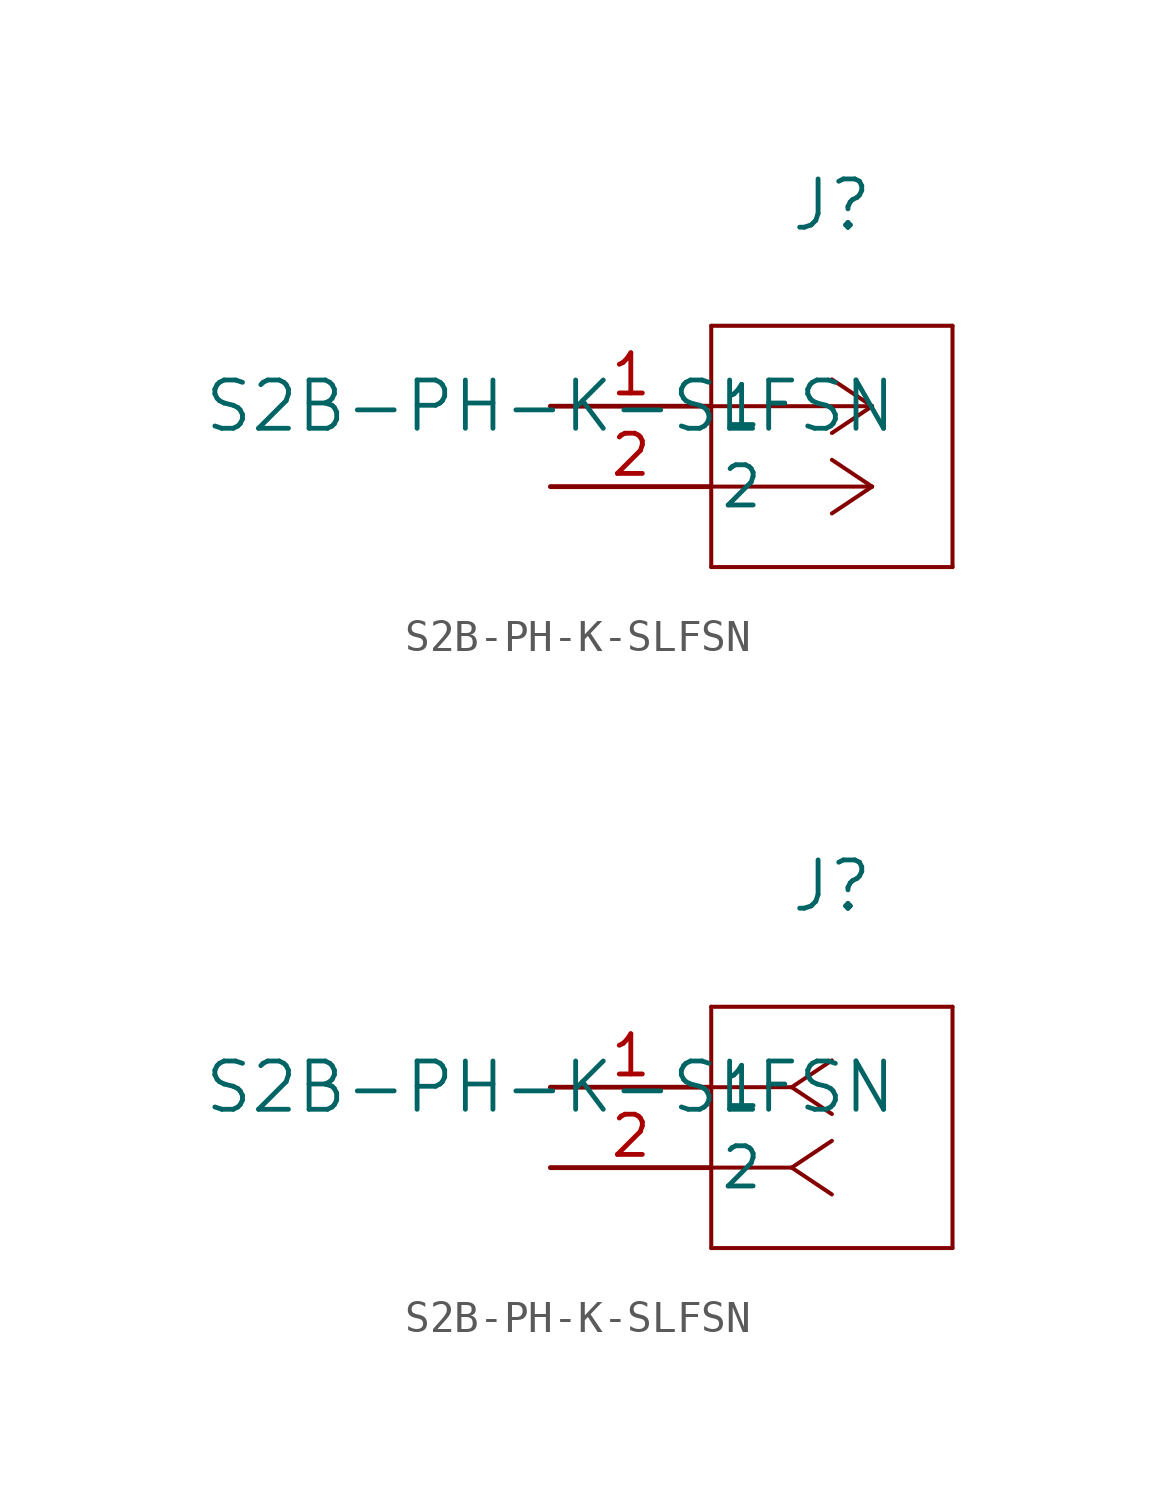
<source format=kicad_sym>
(kicad_symbol_lib
  (version 20211014)
  (generator kicad_symbol_editor)
  (symbol "S2B-PH-K-SLFSN"
    (pin_names
      (offset 0.254))
    (property "Reference" "J"
      (at 8.89 6.35 0)
      (effects (font (size 1.524 1.524))))
    (property "Value" "S2B-PH-K-SLFSN"
      (at 0 0 0)
      (effects (font (size 1.524 1.524))))
    (symbol "S2B-PH-K-SLFSN_1_1"
      (polyline (pts (xy 10.16 0) (xy 5.08 0)) (stroke (width 0.127) (type default) (color 0 0 0 0)) (fill (type none)))
      (polyline (pts (xy 10.16 -2.54) (xy 5.08 -2.54)) (stroke (width 0.127) (type default) (color 0 0 0 0)) (fill (type none)))
      (polyline (pts (xy 10.16 0) (xy 8.89 0.847)) (stroke (width 0.127) (type default) (color 0 0 0 0)) (fill (type none)))
      (polyline (pts (xy 10.16 -2.54) (xy 8.89 -1.693)) (stroke (width 0.127) (type default) (color 0 0 0 0)) (fill (type none)))
      (polyline (pts (xy 10.16 0) (xy 8.89 -0.847)) (stroke (width 0.127) (type default) (color 0 0 0 0)) (fill (type none)))
      (polyline (pts (xy 10.16 -2.54) (xy 8.89 -3.387)) (stroke (width 0.127) (type default) (color 0 0 0 0)) (fill (type none)))
      (polyline (pts (xy 5.08 2.54) (xy 5.08 -5.08)) (stroke (width 0.127) (type default) (color 0 0 0 0)) (fill (type none)))
      (polyline (pts (xy 5.08 -5.08) (xy 12.7 -5.08)) (stroke (width 0.127) (type default) (color 0 0 0 0)) (fill (type none)))
      (polyline (pts (xy 12.7 -5.08) (xy 12.7 2.54)) (stroke (width 0.127) (type default) (color 0 0 0 0)) (fill (type none)))
      (polyline (pts (xy 12.7 2.54) (xy 5.08 2.54)) (stroke (width 0.127) (type default) (color 0 0 0 0)) (fill (type none)))
      (pin unspecified line (at 0 0 0) (length 5.08) (name "1" (effects (font (size 1.27 1.27)))) (number "1" (effects (font (size 1.27 1.27)))))
      (pin unspecified line (at 0 -2.54 0) (length 5.08) (name "2" (effects (font (size 1.27 1.27)))) (number "2" (effects (font (size 1.27 1.27))))))
    (symbol "S2B-PH-K-SLFSN_1_2"
      (polyline (pts (xy 7.62 0) (xy 5.08 0)) (stroke (width 0.127) (type default) (color 0 0 0 0)) (fill (type none)))
      (polyline (pts (xy 7.62 -2.54) (xy 5.08 -2.54)) (stroke (width 0.127) (type default) (color 0 0 0 0)) (fill (type none)))
      (polyline (pts (xy 7.62 0) (xy 8.89 0.847)) (stroke (width 0.127) (type default) (color 0 0 0 0)) (fill (type none)))
      (polyline (pts (xy 7.62 -2.54) (xy 8.89 -1.693)) (stroke (width 0.127) (type default) (color 0 0 0 0)) (fill (type none)))
      (polyline (pts (xy 7.62 0) (xy 8.89 -0.847)) (stroke (width 0.127) (type default) (color 0 0 0 0)) (fill (type none)))
      (polyline (pts (xy 7.62 -2.54) (xy 8.89 -3.387)) (stroke (width 0.127) (type default) (color 0 0 0 0)) (fill (type none)))
      (polyline (pts (xy 5.08 2.54) (xy 5.08 -5.08)) (stroke (width 0.127) (type default) (color 0 0 0 0)) (fill (type none)))
      (polyline (pts (xy 5.08 -5.08) (xy 12.7 -5.08)) (stroke (width 0.127) (type default) (color 0 0 0 0)) (fill (type none)))
      (polyline (pts (xy 12.7 -5.08) (xy 12.7 2.54)) (stroke (width 0.127) (type default) (color 0 0 0 0)) (fill (type none)))
      (polyline (pts (xy 12.7 2.54) (xy 5.08 2.54)) (stroke (width 0.127) (type default) (color 0 0 0 0)) (fill (type none)))
      (pin unspecified line (at 0 0 0) (length 5.08) (name "1" (effects (font (size 1.27 1.27)))) (number "1" (effects (font (size 1.27 1.27)))))
      (pin unspecified line (at 0 -2.54 0) (length 5.08) (name "2" (effects (font (size 1.27 1.27)))) (number "2" (effects (font (size 1.27 1.27))))))))
</source>
